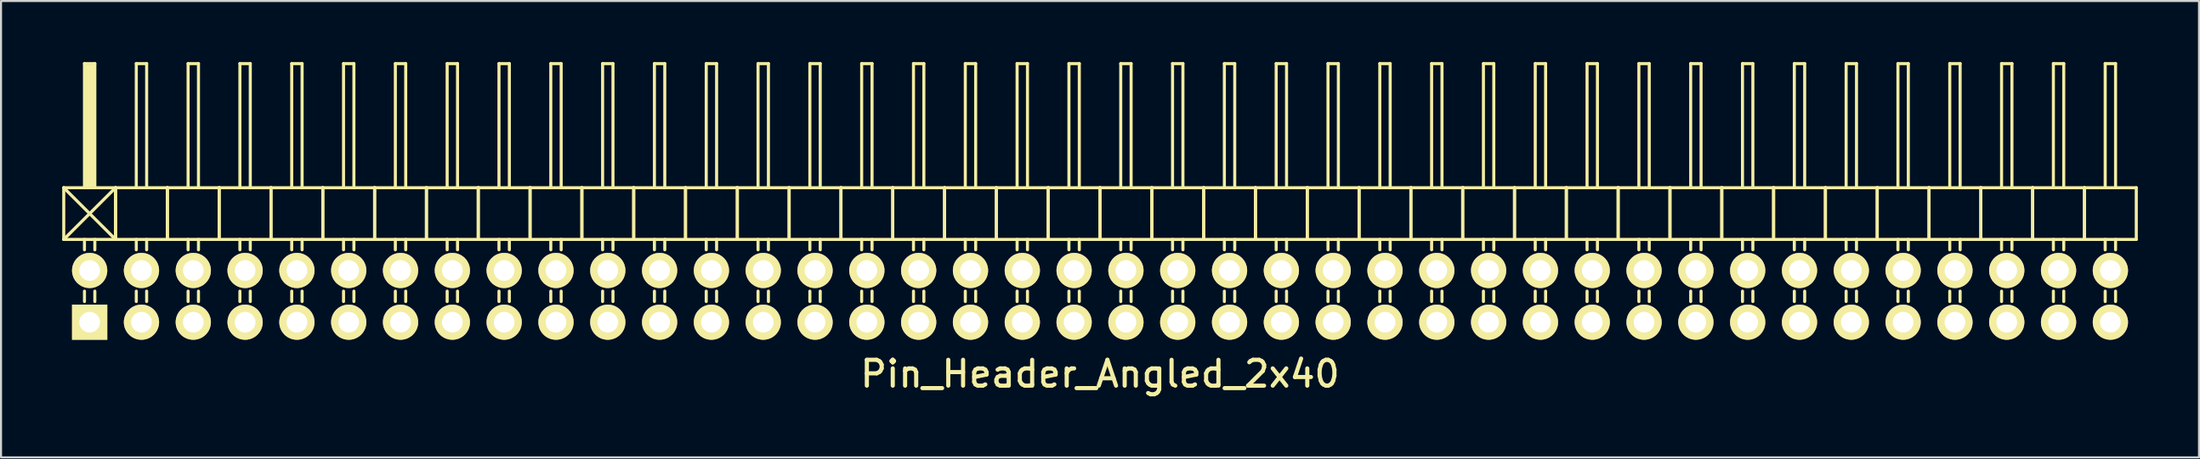
<source format=kicad_pcb>
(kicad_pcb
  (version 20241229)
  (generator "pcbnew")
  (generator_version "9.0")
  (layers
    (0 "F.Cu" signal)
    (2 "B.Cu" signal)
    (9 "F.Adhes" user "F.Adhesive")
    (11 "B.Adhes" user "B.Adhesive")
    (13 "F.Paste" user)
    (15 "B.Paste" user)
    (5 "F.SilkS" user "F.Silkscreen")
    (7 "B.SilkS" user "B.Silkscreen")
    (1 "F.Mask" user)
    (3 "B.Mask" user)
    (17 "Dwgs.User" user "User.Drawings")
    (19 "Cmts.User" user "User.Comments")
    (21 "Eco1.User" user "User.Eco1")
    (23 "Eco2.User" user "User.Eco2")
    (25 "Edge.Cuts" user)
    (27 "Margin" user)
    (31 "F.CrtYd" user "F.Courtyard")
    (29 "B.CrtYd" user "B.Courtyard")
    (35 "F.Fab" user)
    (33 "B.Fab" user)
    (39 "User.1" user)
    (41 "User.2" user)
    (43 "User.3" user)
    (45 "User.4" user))
  (footprint "Pin_Header_Angled_2x40"
    (layer "F.Cu")
    (at 50.875 11.505)
    (property "Reference" "Pin_Header_Angled_2x40" (at 0 3.81 0) (layer "F.SilkS") (effects (font (size 1.27 1.27) (thickness 0.203))))
    (attr through_hole)
    (fp_line (start -50.8 -5.334) (end -48.26 -2.794) (stroke (width 0.15) (type solid)) (layer "F.SilkS"))
    (fp_line (start -50.8 -2.794) (end -50.8 -5.334) (stroke (width 0.15) (type solid)) (layer "F.SilkS"))
    (fp_line (start -50.8 -2.794) (end -48.26 -5.334) (stroke (width 0.15) (type solid)) (layer "F.SilkS"))
    (fp_line (start -50.8 -2.794) (end -48.26 -2.794) (stroke (width 0.15) (type solid)) (layer "F.SilkS"))
    (fp_line (start -49.784 -11.43) (end -49.276 -11.43) (stroke (width 0.15) (type solid)) (layer "F.SilkS"))
    (fp_line (start -49.784 -5.334) (end -49.784 -11.43) (stroke (width 0.15) (type solid)) (layer "F.SilkS"))
    (fp_line (start -49.784 -2.794) (end -49.784 -2.286) (stroke (width 0.15) (type solid)) (layer "F.SilkS"))
    (fp_line (start -49.784 -0.254) (end -49.784 0.254) (stroke (width 0.15) (type solid)) (layer "F.SilkS"))
    (fp_line (start -49.657 -11.303) (end -49.403 -11.303) (stroke (width 0.15) (type solid)) (layer "F.SilkS"))
    (fp_line (start -49.657 -5.334) (end -49.657 -11.303) (stroke (width 0.15) (type solid)) (layer "F.SilkS"))
    (fp_line (start -49.53 -5.461) (end -49.53 -11.303) (stroke (width 0.15) (type solid)) (layer "F.SilkS"))
    (fp_line (start -49.403 -11.303) (end -49.403 -5.461) (stroke (width 0.15) (type solid)) (layer "F.SilkS"))
    (fp_line (start -49.403 -5.461) (end -49.53 -5.461) (stroke (width 0.15) (type solid)) (layer "F.SilkS"))
    (fp_line (start -49.276 -11.43) (end -49.276 -5.334) (stroke (width 0.15) (type solid)) (layer "F.SilkS"))
    (fp_line (start -49.276 -2.794) (end -49.276 -2.286) (stroke (width 0.15) (type solid)) (layer "F.SilkS"))
    (fp_line (start -49.276 -0.254) (end -49.276 0.254) (stroke (width 0.15) (type solid)) (layer "F.SilkS"))
    (fp_line (start -48.26 -5.334) (end -50.8 -5.334) (stroke (width 0.15) (type solid)) (layer "F.SilkS"))
    (fp_line (start -48.26 -2.794) (end -48.26 -5.334) (stroke (width 0.15) (type solid)) (layer "F.SilkS"))
    (fp_line (start -48.26 -2.794) (end -48.26 -5.334) (stroke (width 0.15) (type solid)) (layer "F.SilkS"))
    (fp_line (start -48.26 -2.794) (end -45.72 -2.794) (stroke (width 0.15) (type solid)) (layer "F.SilkS"))
    (fp_line (start -47.244 -11.43) (end -46.736 -11.43) (stroke (width 0.15) (type solid)) (layer "F.SilkS"))
    (fp_line (start -47.244 -5.334) (end -47.244 -11.43) (stroke (width 0.15) (type solid)) (layer "F.SilkS"))
    (fp_line (start -47.244 -2.794) (end -47.244 -2.286) (stroke (width 0.15) (type solid)) (layer "F.SilkS"))
    (fp_line (start -47.244 -0.254) (end -47.244 0.254) (stroke (width 0.15) (type solid)) (layer "F.SilkS"))
    (fp_line (start -46.736 -11.43) (end -46.736 -5.334) (stroke (width 0.15) (type solid)) (layer "F.SilkS"))
    (fp_line (start -46.736 -2.794) (end -46.736 -2.286) (stroke (width 0.15) (type solid)) (layer "F.SilkS"))
    (fp_line (start -46.736 -0.254) (end -46.736 0.254) (stroke (width 0.15) (type solid)) (layer "F.SilkS"))
    (fp_line (start -45.72 -5.334) (end -48.26 -5.334) (stroke (width 0.15) (type solid)) (layer "F.SilkS"))
    (fp_line (start -45.72 -2.794) (end -45.72 -5.334) (stroke (width 0.15) (type solid)) (layer "F.SilkS"))
    (fp_line (start -45.72 -2.794) (end -45.72 -5.334) (stroke (width 0.15) (type solid)) (layer "F.SilkS"))
    (fp_line (start -45.72 -2.794) (end -43.18 -2.794) (stroke (width 0.15) (type solid)) (layer "F.SilkS"))
    (fp_line (start -44.704 -11.43) (end -44.196 -11.43) (stroke (width 0.15) (type solid)) (layer "F.SilkS"))
    (fp_line (start -44.704 -5.334) (end -44.704 -11.43) (stroke (width 0.15) (type solid)) (layer "F.SilkS"))
    (fp_line (start -44.704 -2.794) (end -44.704 -2.286) (stroke (width 0.15) (type solid)) (layer "F.SilkS"))
    (fp_line (start -44.704 -0.254) (end -44.704 0.254) (stroke (width 0.15) (type solid)) (layer "F.SilkS"))
    (fp_line (start -44.196 -11.43) (end -44.196 -5.334) (stroke (width 0.15) (type solid)) (layer "F.SilkS"))
    (fp_line (start -44.196 -2.794) (end -44.196 -2.286) (stroke (width 0.15) (type solid)) (layer "F.SilkS"))
    (fp_line (start -44.196 -0.254) (end -44.196 0.254) (stroke (width 0.15) (type solid)) (layer "F.SilkS"))
    (fp_line (start -43.18 -5.334) (end -45.72 -5.334) (stroke (width 0.15) (type solid)) (layer "F.SilkS"))
    (fp_line (start -43.18 -2.794) (end -43.18 -5.334) (stroke (width 0.15) (type solid)) (layer "F.SilkS"))
    (fp_line (start -43.18 -2.794) (end -43.18 -5.334) (stroke (width 0.15) (type solid)) (layer "F.SilkS"))
    (fp_line (start -43.18 -2.794) (end -40.64 -2.794) (stroke (width 0.15) (type solid)) (layer "F.SilkS"))
    (fp_line (start -42.164 -11.43) (end -41.656 -11.43) (stroke (width 0.15) (type solid)) (layer "F.SilkS"))
    (fp_line (start -42.164 -5.334) (end -42.164 -11.43) (stroke (width 0.15) (type solid)) (layer "F.SilkS"))
    (fp_line (start -42.164 -2.794) (end -42.164 -2.286) (stroke (width 0.15) (type solid)) (layer "F.SilkS"))
    (fp_line (start -42.164 -0.254) (end -42.164 0.254) (stroke (width 0.15) (type solid)) (layer "F.SilkS"))
    (fp_line (start -41.656 -11.43) (end -41.656 -5.334) (stroke (width 0.15) (type solid)) (layer "F.SilkS"))
    (fp_line (start -41.656 -2.794) (end -41.656 -2.286) (stroke (width 0.15) (type solid)) (layer "F.SilkS"))
    (fp_line (start -41.656 -0.254) (end -41.656 0.254) (stroke (width 0.15) (type solid)) (layer "F.SilkS"))
    (fp_line (start -40.64 -5.334) (end -43.18 -5.334) (stroke (width 0.15) (type solid)) (layer "F.SilkS"))
    (fp_line (start -40.64 -2.794) (end -40.64 -5.334) (stroke (width 0.15) (type solid)) (layer "F.SilkS"))
    (fp_line (start -40.64 -2.794) (end -40.64 -5.334) (stroke (width 0.15) (type solid)) (layer "F.SilkS"))
    (fp_line (start -40.64 -2.794) (end -38.1 -2.794) (stroke (width 0.15) (type solid)) (layer "F.SilkS"))
    (fp_line (start -39.624 -11.43) (end -39.116 -11.43) (stroke (width 0.15) (type solid)) (layer "F.SilkS"))
    (fp_line (start -39.624 -5.334) (end -39.624 -11.43) (stroke (width 0.15) (type solid)) (layer "F.SilkS"))
    (fp_line (start -39.624 -2.794) (end -39.624 -2.286) (stroke (width 0.15) (type solid)) (layer "F.SilkS"))
    (fp_line (start -39.624 -0.254) (end -39.624 0.254) (stroke (width 0.15) (type solid)) (layer "F.SilkS"))
    (fp_line (start -39.116 -11.43) (end -39.116 -5.334) (stroke (width 0.15) (type solid)) (layer "F.SilkS"))
    (fp_line (start -39.116 -2.794) (end -39.116 -2.286) (stroke (width 0.15) (type solid)) (layer "F.SilkS"))
    (fp_line (start -39.116 -0.254) (end -39.116 0.254) (stroke (width 0.15) (type solid)) (layer "F.SilkS"))
    (fp_line (start -38.1 -5.334) (end -40.64 -5.334) (stroke (width 0.15) (type solid)) (layer "F.SilkS"))
    (fp_line (start -38.1 -2.794) (end -38.1 -5.334) (stroke (width 0.15) (type solid)) (layer "F.SilkS"))
    (fp_line (start -38.1 -2.794) (end -38.1 -5.334) (stroke (width 0.15) (type solid)) (layer "F.SilkS"))
    (fp_line (start -38.1 -2.794) (end -35.56 -2.794) (stroke (width 0.15) (type solid)) (layer "F.SilkS"))
    (fp_line (start -37.084 -11.43) (end -36.576 -11.43) (stroke (width 0.15) (type solid)) (layer "F.SilkS"))
    (fp_line (start -37.084 -5.334) (end -37.084 -11.43) (stroke (width 0.15) (type solid)) (layer "F.SilkS"))
    (fp_line (start -37.084 -2.794) (end -37.084 -2.286) (stroke (width 0.15) (type solid)) (layer "F.SilkS"))
    (fp_line (start -37.084 -0.254) (end -37.084 0.254) (stroke (width 0.15) (type solid)) (layer "F.SilkS"))
    (fp_line (start -36.576 -11.43) (end -36.576 -5.334) (stroke (width 0.15) (type solid)) (layer "F.SilkS"))
    (fp_line (start -36.576 -2.794) (end -36.576 -2.286) (stroke (width 0.15) (type solid)) (layer "F.SilkS"))
    (fp_line (start -36.576 -0.254) (end -36.576 0.254) (stroke (width 0.15) (type solid)) (layer "F.SilkS"))
    (fp_line (start -35.56 -5.334) (end -38.1 -5.334) (stroke (width 0.15) (type solid)) (layer "F.SilkS"))
    (fp_line (start -35.56 -2.794) (end -35.56 -5.334) (stroke (width 0.15) (type solid)) (layer "F.SilkS"))
    (fp_line (start -35.56 -2.794) (end -35.56 -5.334) (stroke (width 0.15) (type solid)) (layer "F.SilkS"))
    (fp_line (start -35.56 -2.794) (end -33.02 -2.794) (stroke (width 0.15) (type solid)) (layer "F.SilkS"))
    (fp_line (start -34.544 -11.43) (end -34.036 -11.43) (stroke (width 0.15) (type solid)) (layer "F.SilkS"))
    (fp_line (start -34.544 -5.334) (end -34.544 -11.43) (stroke (width 0.15) (type solid)) (layer "F.SilkS"))
    (fp_line (start -34.544 -2.794) (end -34.544 -2.286) (stroke (width 0.15) (type solid)) (layer "F.SilkS"))
    (fp_line (start -34.544 -0.254) (end -34.544 0.254) (stroke (width 0.15) (type solid)) (layer "F.SilkS"))
    (fp_line (start -34.036 -11.43) (end -34.036 -5.334) (stroke (width 0.15) (type solid)) (layer "F.SilkS"))
    (fp_line (start -34.036 -2.794) (end -34.036 -2.286) (stroke (width 0.15) (type solid)) (layer "F.SilkS"))
    (fp_line (start -34.036 -0.254) (end -34.036 0.254) (stroke (width 0.15) (type solid)) (layer "F.SilkS"))
    (fp_line (start -33.02 -5.334) (end -35.56 -5.334) (stroke (width 0.15) (type solid)) (layer "F.SilkS"))
    (fp_line (start -33.02 -2.794) (end -33.02 -5.334) (stroke (width 0.15) (type solid)) (layer "F.SilkS"))
    (fp_line (start -33.02 -2.794) (end -33.02 -5.334) (stroke (width 0.15) (type solid)) (layer "F.SilkS"))
    (fp_line (start -33.02 -2.794) (end -30.48 -2.794) (stroke (width 0.15) (type solid)) (layer "F.SilkS"))
    (fp_line (start -32.004 -11.43) (end -31.496 -11.43) (stroke (width 0.15) (type solid)) (layer "F.SilkS"))
    (fp_line (start -32.004 -5.334) (end -32.004 -11.43) (stroke (width 0.15) (type solid)) (layer "F.SilkS"))
    (fp_line (start -32.004 -2.794) (end -32.004 -2.286) (stroke (width 0.15) (type solid)) (layer "F.SilkS"))
    (fp_line (start -32.004 -0.254) (end -32.004 0.254) (stroke (width 0.15) (type solid)) (layer "F.SilkS"))
    (fp_line (start -31.496 -11.43) (end -31.496 -5.334) (stroke (width 0.15) (type solid)) (layer "F.SilkS"))
    (fp_line (start -31.496 -2.794) (end -31.496 -2.286) (stroke (width 0.15) (type solid)) (layer "F.SilkS"))
    (fp_line (start -31.496 -0.254) (end -31.496 0.254) (stroke (width 0.15) (type solid)) (layer "F.SilkS"))
    (fp_line (start -30.48 -5.334) (end -33.02 -5.334) (stroke (width 0.15) (type solid)) (layer "F.SilkS"))
    (fp_line (start -30.48 -2.794) (end -30.48 -5.334) (stroke (width 0.15) (type solid)) (layer "F.SilkS"))
    (fp_line (start -30.48 -2.794) (end -30.48 -5.334) (stroke (width 0.15) (type solid)) (layer "F.SilkS"))
    (fp_line (start -30.48 -2.794) (end -27.94 -2.794) (stroke (width 0.15) (type solid)) (layer "F.SilkS"))
    (fp_line (start -29.464 -11.43) (end -28.956 -11.43) (stroke (width 0.15) (type solid)) (layer "F.SilkS"))
    (fp_line (start -29.464 -5.334) (end -29.464 -11.43) (stroke (width 0.15) (type solid)) (layer "F.SilkS"))
    (fp_line (start -29.464 -2.794) (end -29.464 -2.286) (stroke (width 0.15) (type solid)) (layer "F.SilkS"))
    (fp_line (start -29.464 -0.254) (end -29.464 0.254) (stroke (width 0.15) (type solid)) (layer "F.SilkS"))
    (fp_line (start -28.956 -11.43) (end -28.956 -5.334) (stroke (width 0.15) (type solid)) (layer "F.SilkS"))
    (fp_line (start -28.956 -2.794) (end -28.956 -2.286) (stroke (width 0.15) (type solid)) (layer "F.SilkS"))
    (fp_line (start -28.956 -0.254) (end -28.956 0.254) (stroke (width 0.15) (type solid)) (layer "F.SilkS"))
    (fp_line (start -27.94 -5.334) (end -30.48 -5.334) (stroke (width 0.15) (type solid)) (layer "F.SilkS"))
    (fp_line (start -27.94 -2.794) (end -27.94 -5.334) (stroke (width 0.15) (type solid)) (layer "F.SilkS"))
    (fp_line (start -27.94 -2.794) (end -27.94 -5.334) (stroke (width 0.15) (type solid)) (layer "F.SilkS"))
    (fp_line (start -27.94 -2.794) (end -25.4 -2.794) (stroke (width 0.15) (type solid)) (layer "F.SilkS"))
    (fp_line (start -26.924 -11.43) (end -26.416 -11.43) (stroke (width 0.15) (type solid)) (layer "F.SilkS"))
    (fp_line (start -26.924 -5.334) (end -26.924 -11.43) (stroke (width 0.15) (type solid)) (layer "F.SilkS"))
    (fp_line (start -26.924 -2.794) (end -26.924 -2.286) (stroke (width 0.15) (type solid)) (layer "F.SilkS"))
    (fp_line (start -26.924 -0.254) (end -26.924 0.254) (stroke (width 0.15) (type solid)) (layer "F.SilkS"))
    (fp_line (start -26.416 -11.43) (end -26.416 -5.334) (stroke (width 0.15) (type solid)) (layer "F.SilkS"))
    (fp_line (start -26.416 -2.794) (end -26.416 -2.286) (stroke (width 0.15) (type solid)) (layer "F.SilkS"))
    (fp_line (start -26.416 -0.254) (end -26.416 0.254) (stroke (width 0.15) (type solid)) (layer "F.SilkS"))
    (fp_line (start -25.4 -5.334) (end -27.94 -5.334) (stroke (width 0.15) (type solid)) (layer "F.SilkS"))
    (fp_line (start -25.4 -2.794) (end -25.4 -5.334) (stroke (width 0.15) (type solid)) (layer "F.SilkS"))
    (fp_line (start -25.4 -2.794) (end -25.4 -5.334) (stroke (width 0.15) (type solid)) (layer "F.SilkS"))
    (fp_line (start -25.4 -2.794) (end -22.86 -2.794) (stroke (width 0.15) (type solid)) (layer "F.SilkS"))
    (fp_line (start -24.384 -11.43) (end -23.876 -11.43) (stroke (width 0.15) (type solid)) (layer "F.SilkS"))
    (fp_line (start -24.384 -5.334) (end -24.384 -11.43) (stroke (width 0.15) (type solid)) (layer "F.SilkS"))
    (fp_line (start -24.384 -2.794) (end -24.384 -2.286) (stroke (width 0.15) (type solid)) (layer "F.SilkS"))
    (fp_line (start -24.384 -0.254) (end -24.384 0.254) (stroke (width 0.15) (type solid)) (layer "F.SilkS"))
    (fp_line (start -23.876 -11.43) (end -23.876 -5.334) (stroke (width 0.15) (type solid)) (layer "F.SilkS"))
    (fp_line (start -23.876 -2.794) (end -23.876 -2.286) (stroke (width 0.15) (type solid)) (layer "F.SilkS"))
    (fp_line (start -23.876 -0.254) (end -23.876 0.254) (stroke (width 0.15) (type solid)) (layer "F.SilkS"))
    (fp_line (start -22.86 -5.334) (end -25.4 -5.334) (stroke (width 0.15) (type solid)) (layer "F.SilkS"))
    (fp_line (start -22.86 -2.794) (end -22.86 -5.334) (stroke (width 0.15) (type solid)) (layer "F.SilkS"))
    (fp_line (start -22.86 -2.794) (end -22.86 -5.334) (stroke (width 0.15) (type solid)) (layer "F.SilkS"))
    (fp_line (start -22.86 -2.794) (end -20.32 -2.794) (stroke (width 0.15) (type solid)) (layer "F.SilkS"))
    (fp_line (start -21.844 -11.43) (end -21.336 -11.43) (stroke (width 0.15) (type solid)) (layer "F.SilkS"))
    (fp_line (start -21.844 -5.334) (end -21.844 -11.43) (stroke (width 0.15) (type solid)) (layer "F.SilkS"))
    (fp_line (start -21.844 -2.794) (end -21.844 -2.286) (stroke (width 0.15) (type solid)) (layer "F.SilkS"))
    (fp_line (start -21.844 -0.254) (end -21.844 0.254) (stroke (width 0.15) (type solid)) (layer "F.SilkS"))
    (fp_line (start -21.336 -11.43) (end -21.336 -5.334) (stroke (width 0.15) (type solid)) (layer "F.SilkS"))
    (fp_line (start -21.336 -2.794) (end -21.336 -2.286) (stroke (width 0.15) (type solid)) (layer "F.SilkS"))
    (fp_line (start -21.336 -0.254) (end -21.336 0.254) (stroke (width 0.15) (type solid)) (layer "F.SilkS"))
    (fp_line (start -20.32 -5.334) (end -22.86 -5.334) (stroke (width 0.15) (type solid)) (layer "F.SilkS"))
    (fp_line (start -20.32 -2.794) (end -20.32 -5.334) (stroke (width 0.15) (type solid)) (layer "F.SilkS"))
    (fp_line (start -20.32 -2.794) (end -20.32 -5.334) (stroke (width 0.15) (type solid)) (layer "F.SilkS"))
    (fp_line (start -20.32 -2.794) (end -17.78 -2.794) (stroke (width 0.15) (type solid)) (layer "F.SilkS"))
    (fp_line (start -19.304 -11.43) (end -18.796 -11.43) (stroke (width 0.15) (type solid)) (layer "F.SilkS"))
    (fp_line (start -19.304 -5.334) (end -19.304 -11.43) (stroke (width 0.15) (type solid)) (layer "F.SilkS"))
    (fp_line (start -19.304 -2.794) (end -19.304 -2.286) (stroke (width 0.15) (type solid)) (layer "F.SilkS"))
    (fp_line (start -19.304 -0.254) (end -19.304 0.254) (stroke (width 0.15) (type solid)) (layer "F.SilkS"))
    (fp_line (start -18.796 -11.43) (end -18.796 -5.334) (stroke (width 0.15) (type solid)) (layer "F.SilkS"))
    (fp_line (start -18.796 -2.794) (end -18.796 -2.286) (stroke (width 0.15) (type solid)) (layer "F.SilkS"))
    (fp_line (start -18.796 -0.254) (end -18.796 0.254) (stroke (width 0.15) (type solid)) (layer "F.SilkS"))
    (fp_line (start -17.78 -5.334) (end -20.32 -5.334) (stroke (width 0.15) (type solid)) (layer "F.SilkS"))
    (fp_line (start -17.78 -2.794) (end -17.78 -5.334) (stroke (width 0.15) (type solid)) (layer "F.SilkS"))
    (fp_line (start -17.78 -2.794) (end -17.78 -5.334) (stroke (width 0.15) (type solid)) (layer "F.SilkS"))
    (fp_line (start -17.78 -2.794) (end -15.24 -2.794) (stroke (width 0.15) (type solid)) (layer "F.SilkS"))
    (fp_line (start -16.764 -11.43) (end -16.256 -11.43) (stroke (width 0.15) (type solid)) (layer "F.SilkS"))
    (fp_line (start -16.764 -5.334) (end -16.764 -11.43) (stroke (width 0.15) (type solid)) (layer "F.SilkS"))
    (fp_line (start -16.764 -2.794) (end -16.764 -2.286) (stroke (width 0.15) (type solid)) (layer "F.SilkS"))
    (fp_line (start -16.764 -0.254) (end -16.764 0.254) (stroke (width 0.15) (type solid)) (layer "F.SilkS"))
    (fp_line (start -16.256 -11.43) (end -16.256 -5.334) (stroke (width 0.15) (type solid)) (layer "F.SilkS"))
    (fp_line (start -16.256 -2.794) (end -16.256 -2.286) (stroke (width 0.15) (type solid)) (layer "F.SilkS"))
    (fp_line (start -16.256 -0.254) (end -16.256 0.254) (stroke (width 0.15) (type solid)) (layer "F.SilkS"))
    (fp_line (start -15.24 -5.334) (end -17.78 -5.334) (stroke (width 0.15) (type solid)) (layer "F.SilkS"))
    (fp_line (start -15.24 -2.794) (end -15.24 -5.334) (stroke (width 0.15) (type solid)) (layer "F.SilkS"))
    (fp_line (start -15.24 -2.794) (end -15.24 -5.334) (stroke (width 0.15) (type solid)) (layer "F.SilkS"))
    (fp_line (start -15.24 -2.794) (end -12.7 -2.794) (stroke (width 0.15) (type solid)) (layer "F.SilkS"))
    (fp_line (start -14.224 -11.43) (end -13.716 -11.43) (stroke (width 0.15) (type solid)) (layer "F.SilkS"))
    (fp_line (start -14.224 -5.334) (end -14.224 -11.43) (stroke (width 0.15) (type solid)) (layer "F.SilkS"))
    (fp_line (start -14.224 -2.794) (end -14.224 -2.286) (stroke (width 0.15) (type solid)) (layer "F.SilkS"))
    (fp_line (start -14.224 -0.254) (end -14.224 0.254) (stroke (width 0.15) (type solid)) (layer "F.SilkS"))
    (fp_line (start -13.716 -11.43) (end -13.716 -5.334) (stroke (width 0.15) (type solid)) (layer "F.SilkS"))
    (fp_line (start -13.716 -2.794) (end -13.716 -2.286) (stroke (width 0.15) (type solid)) (layer "F.SilkS"))
    (fp_line (start -13.716 -0.254) (end -13.716 0.254) (stroke (width 0.15) (type solid)) (layer "F.SilkS"))
    (fp_line (start -12.7 -5.334) (end -15.24 -5.334) (stroke (width 0.15) (type solid)) (layer "F.SilkS"))
    (fp_line (start -12.7 -2.794) (end -12.7 -5.334) (stroke (width 0.15) (type solid)) (layer "F.SilkS"))
    (fp_line (start -12.7 -2.794) (end -12.7 -5.334) (stroke (width 0.15) (type solid)) (layer "F.SilkS"))
    (fp_line (start -12.7 -2.794) (end -10.16 -2.794) (stroke (width 0.15) (type solid)) (layer "F.SilkS"))
    (fp_line (start -11.684 -11.43) (end -11.176 -11.43) (stroke (width 0.15) (type solid)) (layer "F.SilkS"))
    (fp_line (start -11.684 -5.334) (end -11.684 -11.43) (stroke (width 0.15) (type solid)) (layer "F.SilkS"))
    (fp_line (start -11.684 -2.794) (end -11.684 -2.286) (stroke (width 0.15) (type solid)) (layer "F.SilkS"))
    (fp_line (start -11.684 -0.254) (end -11.684 0.254) (stroke (width 0.15) (type solid)) (layer "F.SilkS"))
    (fp_line (start -11.176 -11.43) (end -11.176 -5.334) (stroke (width 0.15) (type solid)) (layer "F.SilkS"))
    (fp_line (start -11.176 -2.794) (end -11.176 -2.286) (stroke (width 0.15) (type solid)) (layer "F.SilkS"))
    (fp_line (start -11.176 -0.254) (end -11.176 0.254) (stroke (width 0.15) (type solid)) (layer "F.SilkS"))
    (fp_line (start -10.16 -5.334) (end -12.7 -5.334) (stroke (width 0.15) (type solid)) (layer "F.SilkS"))
    (fp_line (start -10.16 -2.794) (end -10.16 -5.334) (stroke (width 0.15) (type solid)) (layer "F.SilkS"))
    (fp_line (start -10.16 -2.794) (end -10.16 -5.334) (stroke (width 0.15) (type solid)) (layer "F.SilkS"))
    (fp_line (start -10.16 -2.794) (end -7.62 -2.794) (stroke (width 0.15) (type solid)) (layer "F.SilkS"))
    (fp_line (start -9.144 -11.43) (end -8.636 -11.43) (stroke (width 0.15) (type solid)) (layer "F.SilkS"))
    (fp_line (start -9.144 -5.334) (end -9.144 -11.43) (stroke (width 0.15) (type solid)) (layer "F.SilkS"))
    (fp_line (start -9.144 -2.794) (end -9.144 -2.286) (stroke (width 0.15) (type solid)) (layer "F.SilkS"))
    (fp_line (start -9.144 -0.254) (end -9.144 0.254) (stroke (width 0.15) (type solid)) (layer "F.SilkS"))
    (fp_line (start -8.636 -11.43) (end -8.636 -5.334) (stroke (width 0.15) (type solid)) (layer "F.SilkS"))
    (fp_line (start -8.636 -2.794) (end -8.636 -2.286) (stroke (width 0.15) (type solid)) (layer "F.SilkS"))
    (fp_line (start -8.636 -0.254) (end -8.636 0.254) (stroke (width 0.15) (type solid)) (layer "F.SilkS"))
    (fp_line (start -7.62 -5.334) (end -10.16 -5.334) (stroke (width 0.15) (type solid)) (layer "F.SilkS"))
    (fp_line (start -7.62 -2.794) (end -7.62 -5.334) (stroke (width 0.15) (type solid)) (layer "F.SilkS"))
    (fp_line (start -7.62 -2.794) (end -7.62 -5.334) (stroke (width 0.15) (type solid)) (layer "F.SilkS"))
    (fp_line (start -7.62 -2.794) (end -5.08 -2.794) (stroke (width 0.15) (type solid)) (layer "F.SilkS"))
    (fp_line (start -6.604 -11.43) (end -6.096 -11.43) (stroke (width 0.15) (type solid)) (layer "F.SilkS"))
    (fp_line (start -6.604 -5.334) (end -6.604 -11.43) (stroke (width 0.15) (type solid)) (layer "F.SilkS"))
    (fp_line (start -6.604 -2.794) (end -6.604 -2.286) (stroke (width 0.15) (type solid)) (layer "F.SilkS"))
    (fp_line (start -6.604 -0.254) (end -6.604 0.254) (stroke (width 0.15) (type solid)) (layer "F.SilkS"))
    (fp_line (start -6.096 -11.43) (end -6.096 -5.334) (stroke (width 0.15) (type solid)) (layer "F.SilkS"))
    (fp_line (start -6.096 -2.794) (end -6.096 -2.286) (stroke (width 0.15) (type solid)) (layer "F.SilkS"))
    (fp_line (start -6.096 -0.254) (end -6.096 0.254) (stroke (width 0.15) (type solid)) (layer "F.SilkS"))
    (fp_line (start -5.08 -5.334) (end -7.62 -5.334) (stroke (width 0.15) (type solid)) (layer "F.SilkS"))
    (fp_line (start -5.08 -2.794) (end -5.08 -5.334) (stroke (width 0.15) (type solid)) (layer "F.SilkS"))
    (fp_line (start -5.08 -2.794) (end -5.08 -5.334) (stroke (width 0.15) (type solid)) (layer "F.SilkS"))
    (fp_line (start -5.08 -2.794) (end -2.54 -2.794) (stroke (width 0.15) (type solid)) (layer "F.SilkS"))
    (fp_line (start -4.064 -11.43) (end -3.556 -11.43) (stroke (width 0.15) (type solid)) (layer "F.SilkS"))
    (fp_line (start -4.064 -5.334) (end -4.064 -11.43) (stroke (width 0.15) (type solid)) (layer "F.SilkS"))
    (fp_line (start -4.064 -2.794) (end -4.064 -2.286) (stroke (width 0.15) (type solid)) (layer "F.SilkS"))
    (fp_line (start -4.064 -0.254) (end -4.064 0.254) (stroke (width 0.15) (type solid)) (layer "F.SilkS"))
    (fp_line (start -3.556 -11.43) (end -3.556 -5.334) (stroke (width 0.15) (type solid)) (layer "F.SilkS"))
    (fp_line (start -3.556 -2.794) (end -3.556 -2.286) (stroke (width 0.15) (type solid)) (layer "F.SilkS"))
    (fp_line (start -3.556 -0.254) (end -3.556 0.254) (stroke (width 0.15) (type solid)) (layer "F.SilkS"))
    (fp_line (start -2.54 -5.334) (end -5.08 -5.334) (stroke (width 0.15) (type solid)) (layer "F.SilkS"))
    (fp_line (start -2.54 -2.794) (end -2.54 -5.334) (stroke (width 0.15) (type solid)) (layer "F.SilkS"))
    (fp_line (start -2.54 -2.794) (end -2.54 -5.334) (stroke (width 0.15) (type solid)) (layer "F.SilkS"))
    (fp_line (start -2.54 -2.794) (end 0 -2.794) (stroke (width 0.15) (type solid)) (layer "F.SilkS"))
    (fp_line (start -1.524 -11.43) (end -1.016 -11.43) (stroke (width 0.15) (type solid)) (layer "F.SilkS"))
    (fp_line (start -1.524 -5.334) (end -1.524 -11.43) (stroke (width 0.15) (type solid)) (layer "F.SilkS"))
    (fp_line (start -1.524 -2.794) (end -1.524 -2.286) (stroke (width 0.15) (type solid)) (layer "F.SilkS"))
    (fp_line (start -1.524 -0.254) (end -1.524 0.254) (stroke (width 0.15) (type solid)) (layer "F.SilkS"))
    (fp_line (start -1.016 -11.43) (end -1.016 -5.334) (stroke (width 0.15) (type solid)) (layer "F.SilkS"))
    (fp_line (start -1.016 -2.794) (end -1.016 -2.286) (stroke (width 0.15) (type solid)) (layer "F.SilkS"))
    (fp_line (start -1.016 -0.254) (end -1.016 0.254) (stroke (width 0.15) (type solid)) (layer "F.SilkS"))
    (fp_line (start 0 -5.334) (end -2.54 -5.334) (stroke (width 0.15) (type solid)) (layer "F.SilkS"))
    (fp_line (start 0 -2.794) (end 0 -5.334) (stroke (width 0.15) (type solid)) (layer "F.SilkS"))
    (fp_line (start 0 -2.794) (end 0 -5.334) (stroke (width 0.15) (type solid)) (layer "F.SilkS"))
    (fp_line (start 0 -2.794) (end 2.54 -2.794) (stroke (width 0.15) (type solid)) (layer "F.SilkS"))
    (fp_line (start 1.016 -11.43) (end 1.524 -11.43) (stroke (width 0.15) (type solid)) (layer "F.SilkS"))
    (fp_line (start 1.016 -5.334) (end 1.016 -11.43) (stroke (width 0.15) (type solid)) (layer "F.SilkS"))
    (fp_line (start 1.016 -2.794) (end 1.016 -2.286) (stroke (width 0.15) (type solid)) (layer "F.SilkS"))
    (fp_line (start 1.016 -0.254) (end 1.016 0.254) (stroke (width 0.15) (type solid)) (layer "F.SilkS"))
    (fp_line (start 1.524 -11.43) (end 1.524 -5.334) (stroke (width 0.15) (type solid)) (layer "F.SilkS"))
    (fp_line (start 1.524 -2.794) (end 1.524 -2.286) (stroke (width 0.15) (type solid)) (layer "F.SilkS"))
    (fp_line (start 1.524 -0.254) (end 1.524 0.254) (stroke (width 0.15) (type solid)) (layer "F.SilkS"))
    (fp_line (start 2.54 -5.334) (end 0 -5.334) (stroke (width 0.15) (type solid)) (layer "F.SilkS"))
    (fp_line (start 2.54 -2.794) (end 2.54 -5.334) (stroke (width 0.15) (type solid)) (layer "F.SilkS"))
    (fp_line (start 2.54 -2.794) (end 2.54 -5.334) (stroke (width 0.15) (type solid)) (layer "F.SilkS"))
    (fp_line (start 2.54 -2.794) (end 5.08 -2.794) (stroke (width 0.15) (type solid)) (layer "F.SilkS"))
    (fp_line (start 3.556 -11.43) (end 4.064 -11.43) (stroke (width 0.15) (type solid)) (layer "F.SilkS"))
    (fp_line (start 3.556 -5.334) (end 3.556 -11.43) (stroke (width 0.15) (type solid)) (layer "F.SilkS"))
    (fp_line (start 3.556 -2.794) (end 3.556 -2.286) (stroke (width 0.15) (type solid)) (layer "F.SilkS"))
    (fp_line (start 3.556 -0.254) (end 3.556 0.254) (stroke (width 0.15) (type solid)) (layer "F.SilkS"))
    (fp_line (start 4.064 -11.43) (end 4.064 -5.334) (stroke (width 0.15) (type solid)) (layer "F.SilkS"))
    (fp_line (start 4.064 -2.794) (end 4.064 -2.286) (stroke (width 0.15) (type solid)) (layer "F.SilkS"))
    (fp_line (start 4.064 -0.254) (end 4.064 0.254) (stroke (width 0.15) (type solid)) (layer "F.SilkS"))
    (fp_line (start 5.08 -5.334) (end 2.54 -5.334) (stroke (width 0.15) (type solid)) (layer "F.SilkS"))
    (fp_line (start 5.08 -2.794) (end 5.08 -5.334) (stroke (width 0.15) (type solid)) (layer "F.SilkS"))
    (fp_line (start 5.08 -2.794) (end 5.08 -5.334) (stroke (width 0.15) (type solid)) (layer "F.SilkS"))
    (fp_line (start 5.08 -2.794) (end 7.62 -2.794) (stroke (width 0.15) (type solid)) (layer "F.SilkS"))
    (fp_line (start 6.096 -11.43) (end 6.604 -11.43) (stroke (width 0.15) (type solid)) (layer "F.SilkS"))
    (fp_line (start 6.096 -5.334) (end 6.096 -11.43) (stroke (width 0.15) (type solid)) (layer "F.SilkS"))
    (fp_line (start 6.096 -2.794) (end 6.096 -2.286) (stroke (width 0.15) (type solid)) (layer "F.SilkS"))
    (fp_line (start 6.096 -0.254) (end 6.096 0.254) (stroke (width 0.15) (type solid)) (layer "F.SilkS"))
    (fp_line (start 6.604 -11.43) (end 6.604 -5.334) (stroke (width 0.15) (type solid)) (layer "F.SilkS"))
    (fp_line (start 6.604 -2.794) (end 6.604 -2.286) (stroke (width 0.15) (type solid)) (layer "F.SilkS"))
    (fp_line (start 6.604 -0.254) (end 6.604 0.254) (stroke (width 0.15) (type solid)) (layer "F.SilkS"))
    (fp_line (start 7.62 -5.334) (end 5.08 -5.334) (stroke (width 0.15) (type solid)) (layer "F.SilkS"))
    (fp_line (start 7.62 -2.794) (end 7.62 -5.334) (stroke (width 0.15) (type solid)) (layer "F.SilkS"))
    (fp_line (start 7.62 -2.794) (end 7.62 -5.334) (stroke (width 0.15) (type solid)) (layer "F.SilkS"))
    (fp_line (start 7.62 -2.794) (end 10.16 -2.794) (stroke (width 0.15) (type solid)) (layer "F.SilkS"))
    (fp_line (start 8.636 -11.43) (end 9.144 -11.43) (stroke (width 0.15) (type solid)) (layer "F.SilkS"))
    (fp_line (start 8.636 -5.334) (end 8.636 -11.43) (stroke (width 0.15) (type solid)) (layer "F.SilkS"))
    (fp_line (start 8.636 -2.794) (end 8.636 -2.286) (stroke (width 0.15) (type solid)) (layer "F.SilkS"))
    (fp_line (start 8.636 -0.254) (end 8.636 0.254) (stroke (width 0.15) (type solid)) (layer "F.SilkS"))
    (fp_line (start 9.144 -11.43) (end 9.144 -5.334) (stroke (width 0.15) (type solid)) (layer "F.SilkS"))
    (fp_line (start 9.144 -2.794) (end 9.144 -2.286) (stroke (width 0.15) (type solid)) (layer "F.SilkS"))
    (fp_line (start 9.144 -0.254) (end 9.144 0.254) (stroke (width 0.15) (type solid)) (layer "F.SilkS"))
    (fp_line (start 10.16 -5.334) (end 7.62 -5.334) (stroke (width 0.15) (type solid)) (layer "F.SilkS"))
    (fp_line (start 10.16 -2.794) (end 10.16 -5.334) (stroke (width 0.15) (type solid)) (layer "F.SilkS"))
    (fp_line (start 10.16 -2.794) (end 10.16 -5.334) (stroke (width 0.15) (type solid)) (layer "F.SilkS"))
    (fp_line (start 10.16 -2.794) (end 12.7 -2.794) (stroke (width 0.15) (type solid)) (layer "F.SilkS"))
    (fp_line (start 11.176 -11.43) (end 11.684 -11.43) (stroke (width 0.15) (type solid)) (layer "F.SilkS"))
    (fp_line (start 11.176 -5.334) (end 11.176 -11.43) (stroke (width 0.15) (type solid)) (layer "F.SilkS"))
    (fp_line (start 11.176 -2.794) (end 11.176 -2.286) (stroke (width 0.15) (type solid)) (layer "F.SilkS"))
    (fp_line (start 11.176 -0.254) (end 11.176 0.254) (stroke (width 0.15) (type solid)) (layer "F.SilkS"))
    (fp_line (start 11.684 -11.43) (end 11.684 -5.334) (stroke (width 0.15) (type solid)) (layer "F.SilkS"))
    (fp_line (start 11.684 -2.794) (end 11.684 -2.286) (stroke (width 0.15) (type solid)) (layer "F.SilkS"))
    (fp_line (start 11.684 -0.254) (end 11.684 0.254) (stroke (width 0.15) (type solid)) (layer "F.SilkS"))
    (fp_line (start 12.7 -5.334) (end 10.16 -5.334) (stroke (width 0.15) (type solid)) (layer "F.SilkS"))
    (fp_line (start 12.7 -2.794) (end 12.7 -5.334) (stroke (width 0.15) (type solid)) (layer "F.SilkS"))
    (fp_line (start 12.7 -2.794) (end 12.7 -5.334) (stroke (width 0.15) (type solid)) (layer "F.SilkS"))
    (fp_line (start 12.7 -2.794) (end 15.24 -2.794) (stroke (width 0.15) (type solid)) (layer "F.SilkS"))
    (fp_line (start 13.716 -11.43) (end 14.224 -11.43) (stroke (width 0.15) (type solid)) (layer "F.SilkS"))
    (fp_line (start 13.716 -5.334) (end 13.716 -11.43) (stroke (width 0.15) (type solid)) (layer "F.SilkS"))
    (fp_line (start 13.716 -2.794) (end 13.716 -2.286) (stroke (width 0.15) (type solid)) (layer "F.SilkS"))
    (fp_line (start 13.716 -0.254) (end 13.716 0.254) (stroke (width 0.15) (type solid)) (layer "F.SilkS"))
    (fp_line (start 14.224 -11.43) (end 14.224 -5.334) (stroke (width 0.15) (type solid)) (layer "F.SilkS"))
    (fp_line (start 14.224 -2.794) (end 14.224 -2.286) (stroke (width 0.15) (type solid)) (layer "F.SilkS"))
    (fp_line (start 14.224 -0.254) (end 14.224 0.254) (stroke (width 0.15) (type solid)) (layer "F.SilkS"))
    (fp_line (start 15.24 -5.334) (end 12.7 -5.334) (stroke (width 0.15) (type solid)) (layer "F.SilkS"))
    (fp_line (start 15.24 -2.794) (end 15.24 -5.334) (stroke (width 0.15) (type solid)) (layer "F.SilkS"))
    (fp_line (start 15.24 -2.794) (end 15.24 -5.334) (stroke (width 0.15) (type solid)) (layer "F.SilkS"))
    (fp_line (start 15.24 -2.794) (end 17.78 -2.794) (stroke (width 0.15) (type solid)) (layer "F.SilkS"))
    (fp_line (start 16.256 -11.43) (end 16.764 -11.43) (stroke (width 0.15) (type solid)) (layer "F.SilkS"))
    (fp_line (start 16.256 -5.334) (end 16.256 -11.43) (stroke (width 0.15) (type solid)) (layer "F.SilkS"))
    (fp_line (start 16.256 -2.794) (end 16.256 -2.286) (stroke (width 0.15) (type solid)) (layer "F.SilkS"))
    (fp_line (start 16.256 -0.254) (end 16.256 0.254) (stroke (width 0.15) (type solid)) (layer "F.SilkS"))
    (fp_line (start 16.764 -11.43) (end 16.764 -5.334) (stroke (width 0.15) (type solid)) (layer "F.SilkS"))
    (fp_line (start 16.764 -2.794) (end 16.764 -2.286) (stroke (width 0.15) (type solid)) (layer "F.SilkS"))
    (fp_line (start 16.764 -0.254) (end 16.764 0.254) (stroke (width 0.15) (type solid)) (layer "F.SilkS"))
    (fp_line (start 17.78 -5.334) (end 15.24 -5.334) (stroke (width 0.15) (type solid)) (layer "F.SilkS"))
    (fp_line (start 17.78 -2.794) (end 17.78 -5.334) (stroke (width 0.15) (type solid)) (layer "F.SilkS"))
    (fp_line (start 17.78 -2.794) (end 17.78 -5.334) (stroke (width 0.15) (type solid)) (layer "F.SilkS"))
    (fp_line (start 17.78 -2.794) (end 20.32 -2.794) (stroke (width 0.15) (type solid)) (layer "F.SilkS"))
    (fp_line (start 18.796 -11.43) (end 19.304 -11.43) (stroke (width 0.15) (type solid)) (layer "F.SilkS"))
    (fp_line (start 18.796 -5.334) (end 18.796 -11.43) (stroke (width 0.15) (type solid)) (layer "F.SilkS"))
    (fp_line (start 18.796 -2.794) (end 18.796 -2.286) (stroke (width 0.15) (type solid)) (layer "F.SilkS"))
    (fp_line (start 18.796 -0.254) (end 18.796 0.254) (stroke (width 0.15) (type solid)) (layer "F.SilkS"))
    (fp_line (start 19.304 -11.43) (end 19.304 -5.334) (stroke (width 0.15) (type solid)) (layer "F.SilkS"))
    (fp_line (start 19.304 -2.794) (end 19.304 -2.286) (stroke (width 0.15) (type solid)) (layer "F.SilkS"))
    (fp_line (start 19.304 -0.254) (end 19.304 0.254) (stroke (width 0.15) (type solid)) (layer "F.SilkS"))
    (fp_line (start 20.32 -5.334) (end 17.78 -5.334) (stroke (width 0.15) (type solid)) (layer "F.SilkS"))
    (fp_line (start 20.32 -2.794) (end 20.32 -5.334) (stroke (width 0.15) (type solid)) (layer "F.SilkS"))
    (fp_line (start 20.32 -2.794) (end 20.32 -5.334) (stroke (width 0.15) (type solid)) (layer "F.SilkS"))
    (fp_line (start 20.32 -2.794) (end 22.86 -2.794) (stroke (width 0.15) (type solid)) (layer "F.SilkS"))
    (fp_line (start 21.336 -11.43) (end 21.844 -11.43) (stroke (width 0.15) (type solid)) (layer "F.SilkS"))
    (fp_line (start 21.336 -5.334) (end 21.336 -11.43) (stroke (width 0.15) (type solid)) (layer "F.SilkS"))
    (fp_line (start 21.336 -2.794) (end 21.336 -2.286) (stroke (width 0.15) (type solid)) (layer "F.SilkS"))
    (fp_line (start 21.336 -0.254) (end 21.336 0.254) (stroke (width 0.15) (type solid)) (layer "F.SilkS"))
    (fp_line (start 21.844 -11.43) (end 21.844 -5.334) (stroke (width 0.15) (type solid)) (layer "F.SilkS"))
    (fp_line (start 21.844 -2.794) (end 21.844 -2.286) (stroke (width 0.15) (type solid)) (layer "F.SilkS"))
    (fp_line (start 21.844 -0.254) (end 21.844 0.254) (stroke (width 0.15) (type solid)) (layer "F.SilkS"))
    (fp_line (start 22.86 -5.334) (end 20.32 -5.334) (stroke (width 0.15) (type solid)) (layer "F.SilkS"))
    (fp_line (start 22.86 -2.794) (end 22.86 -5.334) (stroke (width 0.15) (type solid)) (layer "F.SilkS"))
    (fp_line (start 22.86 -2.794) (end 22.86 -5.334) (stroke (width 0.15) (type solid)) (layer "F.SilkS"))
    (fp_line (start 22.86 -2.794) (end 25.4 -2.794) (stroke (width 0.15) (type solid)) (layer "F.SilkS"))
    (fp_line (start 23.876 -11.43) (end 24.384 -11.43) (stroke (width 0.15) (type solid)) (layer "F.SilkS"))
    (fp_line (start 23.876 -5.334) (end 23.876 -11.43) (stroke (width 0.15) (type solid)) (layer "F.SilkS"))
    (fp_line (start 23.876 -2.794) (end 23.876 -2.286) (stroke (width 0.15) (type solid)) (layer "F.SilkS"))
    (fp_line (start 23.876 -0.254) (end 23.876 0.254) (stroke (width 0.15) (type solid)) (layer "F.SilkS"))
    (fp_line (start 24.384 -11.43) (end 24.384 -5.334) (stroke (width 0.15) (type solid)) (layer "F.SilkS"))
    (fp_line (start 24.384 -2.794) (end 24.384 -2.286) (stroke (width 0.15) (type solid)) (layer "F.SilkS"))
    (fp_line (start 24.384 -0.254) (end 24.384 0.254) (stroke (width 0.15) (type solid)) (layer "F.SilkS"))
    (fp_line (start 25.4 -5.334) (end 22.86 -5.334) (stroke (width 0.15) (type solid)) (layer "F.SilkS"))
    (fp_line (start 25.4 -2.794) (end 25.4 -5.334) (stroke (width 0.15) (type solid)) (layer "F.SilkS"))
    (fp_line (start 25.4 -2.794) (end 25.4 -5.334) (stroke (width 0.15) (type solid)) (layer "F.SilkS"))
    (fp_line (start 25.4 -2.794) (end 27.94 -2.794) (stroke (width 0.15) (type solid)) (layer "F.SilkS"))
    (fp_line (start 26.416 -11.43) (end 26.924 -11.43) (stroke (width 0.15) (type solid)) (layer "F.SilkS"))
    (fp_line (start 26.416 -5.334) (end 26.416 -11.43) (stroke (width 0.15) (type solid)) (layer "F.SilkS"))
    (fp_line (start 26.416 -2.794) (end 26.416 -2.286) (stroke (width 0.15) (type solid)) (layer "F.SilkS"))
    (fp_line (start 26.416 -0.254) (end 26.416 0.254) (stroke (width 0.15) (type solid)) (layer "F.SilkS"))
    (fp_line (start 26.924 -11.43) (end 26.924 -5.334) (stroke (width 0.15) (type solid)) (layer "F.SilkS"))
    (fp_line (start 26.924 -2.794) (end 26.924 -2.286) (stroke (width 0.15) (type solid)) (layer "F.SilkS"))
    (fp_line (start 26.924 -0.254) (end 26.924 0.254) (stroke (width 0.15) (type solid)) (layer "F.SilkS"))
    (fp_line (start 27.94 -5.334) (end 25.4 -5.334) (stroke (width 0.15) (type solid)) (layer "F.SilkS"))
    (fp_line (start 27.94 -2.794) (end 27.94 -5.334) (stroke (width 0.15) (type solid)) (layer "F.SilkS"))
    (fp_line (start 27.94 -2.794) (end 27.94 -5.334) (stroke (width 0.15) (type solid)) (layer "F.SilkS"))
    (fp_line (start 27.94 -2.794) (end 30.48 -2.794) (stroke (width 0.15) (type solid)) (layer "F.SilkS"))
    (fp_line (start 28.956 -11.43) (end 29.464 -11.43) (stroke (width 0.15) (type solid)) (layer "F.SilkS"))
    (fp_line (start 28.956 -5.334) (end 28.956 -11.43) (stroke (width 0.15) (type solid)) (layer "F.SilkS"))
    (fp_line (start 28.956 -2.794) (end 28.956 -2.286) (stroke (width 0.15) (type solid)) (layer "F.SilkS"))
    (fp_line (start 28.956 -0.254) (end 28.956 0.254) (stroke (width 0.15) (type solid)) (layer "F.SilkS"))
    (fp_line (start 29.464 -11.43) (end 29.464 -5.334) (stroke (width 0.15) (type solid)) (layer "F.SilkS"))
    (fp_line (start 29.464 -2.794) (end 29.464 -2.286) (stroke (width 0.15) (type solid)) (layer "F.SilkS"))
    (fp_line (start 29.464 -0.254) (end 29.464 0.254) (stroke (width 0.15) (type solid)) (layer "F.SilkS"))
    (fp_line (start 30.48 -5.334) (end 27.94 -5.334) (stroke (width 0.15) (type solid)) (layer "F.SilkS"))
    (fp_line (start 30.48 -2.794) (end 30.48 -5.334) (stroke (width 0.15) (type solid)) (layer "F.SilkS"))
    (fp_line (start 30.48 -2.794) (end 30.48 -5.334) (stroke (width 0.15) (type solid)) (layer "F.SilkS"))
    (fp_line (start 30.48 -2.794) (end 33.02 -2.794) (stroke (width 0.15) (type solid)) (layer "F.SilkS"))
    (fp_line (start 31.496 -11.43) (end 32.004 -11.43) (stroke (width 0.15) (type solid)) (layer "F.SilkS"))
    (fp_line (start 31.496 -5.334) (end 31.496 -11.43) (stroke (width 0.15) (type solid)) (layer "F.SilkS"))
    (fp_line (start 31.496 -2.794) (end 31.496 -2.286) (stroke (width 0.15) (type solid)) (layer "F.SilkS"))
    (fp_line (start 31.496 -0.254) (end 31.496 0.254) (stroke (width 0.15) (type solid)) (layer "F.SilkS"))
    (fp_line (start 32.004 -11.43) (end 32.004 -5.334) (stroke (width 0.15) (type solid)) (layer "F.SilkS"))
    (fp_line (start 32.004 -2.794) (end 32.004 -2.286) (stroke (width 0.15) (type solid)) (layer "F.SilkS"))
    (fp_line (start 32.004 -0.254) (end 32.004 0.254) (stroke (width 0.15) (type solid)) (layer "F.SilkS"))
    (fp_line (start 33.02 -5.334) (end 30.48 -5.334) (stroke (width 0.15) (type solid)) (layer "F.SilkS"))
    (fp_line (start 33.02 -2.794) (end 33.02 -5.334) (stroke (width 0.15) (type solid)) (layer "F.SilkS"))
    (fp_line (start 33.02 -2.794) (end 33.02 -5.334) (stroke (width 0.15) (type solid)) (layer "F.SilkS"))
    (fp_line (start 33.02 -2.794) (end 35.56 -2.794) (stroke (width 0.15) (type solid)) (layer "F.SilkS"))
    (fp_line (start 34.036 -11.43) (end 34.544 -11.43) (stroke (width 0.15) (type solid)) (layer "F.SilkS"))
    (fp_line (start 34.036 -5.334) (end 34.036 -11.43) (stroke (width 0.15) (type solid)) (layer "F.SilkS"))
    (fp_line (start 34.036 -2.794) (end 34.036 -2.286) (stroke (width 0.15) (type solid)) (layer "F.SilkS"))
    (fp_line (start 34.036 -0.254) (end 34.036 0.254) (stroke (width 0.15) (type solid)) (layer "F.SilkS"))
    (fp_line (start 34.544 -11.43) (end 34.544 -5.334) (stroke (width 0.15) (type solid)) (layer "F.SilkS"))
    (fp_line (start 34.544 -2.794) (end 34.544 -2.286) (stroke (width 0.15) (type solid)) (layer "F.SilkS"))
    (fp_line (start 34.544 -0.254) (end 34.544 0.254) (stroke (width 0.15) (type solid)) (layer "F.SilkS"))
    (fp_line (start 35.56 -5.334) (end 33.02 -5.334) (stroke (width 0.15) (type solid)) (layer "F.SilkS"))
    (fp_line (start 35.56 -2.794) (end 35.56 -5.334) (stroke (width 0.15) (type solid)) (layer "F.SilkS"))
    (fp_line (start 35.56 -2.794) (end 35.56 -5.334) (stroke (width 0.15) (type solid)) (layer "F.SilkS"))
    (fp_line (start 35.56 -2.794) (end 38.1 -2.794) (stroke (width 0.15) (type solid)) (layer "F.SilkS"))
    (fp_line (start 36.576 -11.43) (end 37.084 -11.43) (stroke (width 0.15) (type solid)) (layer "F.SilkS"))
    (fp_line (start 36.576 -5.334) (end 36.576 -11.43) (stroke (width 0.15) (type solid)) (layer "F.SilkS"))
    (fp_line (start 36.576 -2.794) (end 36.576 -2.286) (stroke (width 0.15) (type solid)) (layer "F.SilkS"))
    (fp_line (start 36.576 -0.254) (end 36.576 0.254) (stroke (width 0.15) (type solid)) (layer "F.SilkS"))
    (fp_line (start 37.084 -11.43) (end 37.084 -5.334) (stroke (width 0.15) (type solid)) (layer "F.SilkS"))
    (fp_line (start 37.084 -2.794) (end 37.084 -2.286) (stroke (width 0.15) (type solid)) (layer "F.SilkS"))
    (fp_line (start 37.084 -0.254) (end 37.084 0.254) (stroke (width 0.15) (type solid)) (layer "F.SilkS"))
    (fp_line (start 38.1 -5.334) (end 35.56 -5.334) (stroke (width 0.15) (type solid)) (layer "F.SilkS"))
    (fp_line (start 38.1 -2.794) (end 38.1 -5.334) (stroke (width 0.15) (type solid)) (layer "F.SilkS"))
    (fp_line (start 38.1 -2.794) (end 38.1 -5.334) (stroke (width 0.15) (type solid)) (layer "F.SilkS"))
    (fp_line (start 38.1 -2.794) (end 40.64 -2.794) (stroke (width 0.15) (type solid)) (layer "F.SilkS"))
    (fp_line (start 39.116 -11.43) (end 39.624 -11.43) (stroke (width 0.15) (type solid)) (layer "F.SilkS"))
    (fp_line (start 39.116 -5.334) (end 39.116 -11.43) (stroke (width 0.15) (type solid)) (layer "F.SilkS"))
    (fp_line (start 39.116 -2.794) (end 39.116 -2.286) (stroke (width 0.15) (type solid)) (layer "F.SilkS"))
    (fp_line (start 39.116 -0.254) (end 39.116 0.254) (stroke (width 0.15) (type solid)) (layer "F.SilkS"))
    (fp_line (start 39.624 -11.43) (end 39.624 -5.334) (stroke (width 0.15) (type solid)) (layer "F.SilkS"))
    (fp_line (start 39.624 -2.794) (end 39.624 -2.286) (stroke (width 0.15) (type solid)) (layer "F.SilkS"))
    (fp_line (start 39.624 -0.254) (end 39.624 0.254) (stroke (width 0.15) (type solid)) (layer "F.SilkS"))
    (fp_line (start 40.64 -5.334) (end 38.1 -5.334) (stroke (width 0.15) (type solid)) (layer "F.SilkS"))
    (fp_line (start 40.64 -2.794) (end 40.64 -5.334) (stroke (width 0.15) (type solid)) (layer "F.SilkS"))
    (fp_line (start 40.64 -2.794) (end 40.64 -5.334) (stroke (width 0.15) (type solid)) (layer "F.SilkS"))
    (fp_line (start 40.64 -2.794) (end 43.18 -2.794) (stroke (width 0.15) (type solid)) (layer "F.SilkS"))
    (fp_line (start 41.656 -11.43) (end 42.164 -11.43) (stroke (width 0.15) (type solid)) (layer "F.SilkS"))
    (fp_line (start 41.656 -5.334) (end 41.656 -11.43) (stroke (width 0.15) (type solid)) (layer "F.SilkS"))
    (fp_line (start 41.656 -2.794) (end 41.656 -2.286) (stroke (width 0.15) (type solid)) (layer "F.SilkS"))
    (fp_line (start 41.656 -0.254) (end 41.656 0.254) (stroke (width 0.15) (type solid)) (layer "F.SilkS"))
    (fp_line (start 42.164 -11.43) (end 42.164 -5.334) (stroke (width 0.15) (type solid)) (layer "F.SilkS"))
    (fp_line (start 42.164 -2.794) (end 42.164 -2.286) (stroke (width 0.15) (type solid)) (layer "F.SilkS"))
    (fp_line (start 42.164 -0.254) (end 42.164 0.254) (stroke (width 0.15) (type solid)) (layer "F.SilkS"))
    (fp_line (start 43.18 -5.334) (end 40.64 -5.334) (stroke (width 0.15) (type solid)) (layer "F.SilkS"))
    (fp_line (start 43.18 -2.794) (end 43.18 -5.334) (stroke (width 0.15) (type solid)) (layer "F.SilkS"))
    (fp_line (start 43.18 -2.794) (end 43.18 -5.334) (stroke (width 0.15) (type solid)) (layer "F.SilkS"))
    (fp_line (start 43.18 -2.794) (end 45.72 -2.794) (stroke (width 0.15) (type solid)) (layer "F.SilkS"))
    (fp_line (start 44.196 -11.43) (end 44.704 -11.43) (stroke (width 0.15) (type solid)) (layer "F.SilkS"))
    (fp_line (start 44.196 -5.334) (end 44.196 -11.43) (stroke (width 0.15) (type solid)) (layer "F.SilkS"))
    (fp_line (start 44.196 -2.794) (end 44.196 -2.286) (stroke (width 0.15) (type solid)) (layer "F.SilkS"))
    (fp_line (start 44.196 -0.254) (end 44.196 0.254) (stroke (width 0.15) (type solid)) (layer "F.SilkS"))
    (fp_line (start 44.704 -11.43) (end 44.704 -5.334) (stroke (width 0.15) (type solid)) (layer "F.SilkS"))
    (fp_line (start 44.704 -2.794) (end 44.704 -2.286) (stroke (width 0.15) (type solid)) (layer "F.SilkS"))
    (fp_line (start 44.704 -0.254) (end 44.704 0.254) (stroke (width 0.15) (type solid)) (layer "F.SilkS"))
    (fp_line (start 45.72 -5.334) (end 43.18 -5.334) (stroke (width 0.15) (type solid)) (layer "F.SilkS"))
    (fp_line (start 45.72 -2.794) (end 45.72 -5.334) (stroke (width 0.15) (type solid)) (layer "F.SilkS"))
    (fp_line (start 45.72 -2.794) (end 45.72 -5.334) (stroke (width 0.15) (type solid)) (layer "F.SilkS"))
    (fp_line (start 45.72 -2.794) (end 48.26 -2.794) (stroke (width 0.15) (type solid)) (layer "F.SilkS"))
    (fp_line (start 46.736 -11.43) (end 47.244 -11.43) (stroke (width 0.15) (type solid)) (layer "F.SilkS"))
    (fp_line (start 46.736 -5.334) (end 46.736 -11.43) (stroke (width 0.15) (type solid)) (layer "F.SilkS"))
    (fp_line (start 46.736 -2.794) (end 46.736 -2.286) (stroke (width 0.15) (type solid)) (layer "F.SilkS"))
    (fp_line (start 46.736 -0.254) (end 46.736 0.254) (stroke (width 0.15) (type solid)) (layer "F.SilkS"))
    (fp_line (start 47.244 -11.43) (end 47.244 -5.334) (stroke (width 0.15) (type solid)) (layer "F.SilkS"))
    (fp_line (start 47.244 -2.794) (end 47.244 -2.286) (stroke (width 0.15) (type solid)) (layer "F.SilkS"))
    (fp_line (start 47.244 -0.254) (end 47.244 0.254) (stroke (width 0.15) (type solid)) (layer "F.SilkS"))
    (fp_line (start 48.26 -5.334) (end 45.72 -5.334) (stroke (width 0.15) (type solid)) (layer "F.SilkS"))
    (fp_line (start 48.26 -2.794) (end 48.26 -5.334) (stroke (width 0.15) (type solid)) (layer "F.SilkS"))
    (fp_line (start 48.26 -2.794) (end 48.26 -5.334) (stroke (width 0.15) (type solid)) (layer "F.SilkS"))
    (fp_line (start 48.26 -2.794) (end 50.8 -2.794) (stroke (width 0.15) (type solid)) (layer "F.SilkS"))
    (fp_line (start 49.276 -11.43) (end 49.784 -11.43) (stroke (width 0.15) (type solid)) (layer "F.SilkS"))
    (fp_line (start 49.276 -5.334) (end 49.276 -11.43) (stroke (width 0.15) (type solid)) (layer "F.SilkS"))
    (fp_line (start 49.276 -2.794) (end 49.276 -2.286) (stroke (width 0.15) (type solid)) (layer "F.SilkS"))
    (fp_line (start 49.276 -0.254) (end 49.276 0.254) (stroke (width 0.15) (type solid)) (layer "F.SilkS"))
    (fp_line (start 49.784 -11.43) (end 49.784 -5.334) (stroke (width 0.15) (type solid)) (layer "F.SilkS"))
    (fp_line (start 49.784 -2.794) (end 49.784 -2.286) (stroke (width 0.15) (type solid)) (layer "F.SilkS"))
    (fp_line (start 49.784 -0.254) (end 49.784 0.254) (stroke (width 0.15) (type solid)) (layer "F.SilkS"))
    (fp_line (start 50.8 -5.334) (end 48.26 -5.334) (stroke (width 0.15) (type solid)) (layer "F.SilkS"))
    (fp_line (start 50.8 -2.794) (end 50.8 -5.334) (stroke (width 0.15) (type solid)) (layer "F.SilkS"))
    (pad "1" thru_hole rect (at -49.53 1.27) (size 1.727 1.727) (drill 1.016) (layers "*.Cu" "*.Mask" "F.SilkS"))
    (pad "2" thru_hole oval (at -49.53 -1.27) (size 1.727 1.727) (drill 1.016) (layers "*.Cu" "*.Mask" "F.SilkS"))
    (pad "3" thru_hole oval (at -46.99 1.27) (size 1.727 1.727) (drill 1.016) (layers "*.Cu" "*.Mask" "F.SilkS"))
    (pad "4" thru_hole oval (at -46.99 -1.27) (size 1.727 1.727) (drill 1.016) (layers "*.Cu" "*.Mask" "F.SilkS"))
    (pad "5" thru_hole oval (at -44.45 1.27) (size 1.727 1.727) (drill 1.016) (layers "*.Cu" "*.Mask" "F.SilkS"))
    (pad "6" thru_hole oval (at -44.45 -1.27) (size 1.727 1.727) (drill 1.016) (layers "*.Cu" "*.Mask" "F.SilkS"))
    (pad "7" thru_hole oval (at -41.91 1.27) (size 1.727 1.727) (drill 1.016) (layers "*.Cu" "*.Mask" "F.SilkS"))
    (pad "8" thru_hole oval (at -41.91 -1.27) (size 1.727 1.727) (drill 1.016) (layers "*.Cu" "*.Mask" "F.SilkS"))
    (pad "9" thru_hole oval (at -39.37 1.27) (size 1.727 1.727) (drill 1.016) (layers "*.Cu" "*.Mask" "F.SilkS"))
    (pad "10" thru_hole oval (at -39.37 -1.27) (size 1.727 1.727) (drill 1.016) (layers "*.Cu" "*.Mask" "F.SilkS"))
    (pad "11" thru_hole oval (at -36.83 1.27) (size 1.727 1.727) (drill 1.016) (layers "*.Cu" "*.Mask" "F.SilkS"))
    (pad "12" thru_hole oval (at -36.83 -1.27) (size 1.727 1.727) (drill 1.016) (layers "*.Cu" "*.Mask" "F.SilkS"))
    (pad "13" thru_hole oval (at -34.29 1.27) (size 1.727 1.727) (drill 1.016) (layers "*.Cu" "*.Mask" "F.SilkS"))
    (pad "14" thru_hole oval (at -34.29 -1.27) (size 1.727 1.727) (drill 1.016) (layers "*.Cu" "*.Mask" "F.SilkS"))
    (pad "15" thru_hole oval (at -31.75 1.27) (size 1.727 1.727) (drill 1.016) (layers "*.Cu" "*.Mask" "F.SilkS"))
    (pad "16" thru_hole oval (at -31.75 -1.27) (size 1.727 1.727) (drill 1.016) (layers "*.Cu" "*.Mask" "F.SilkS"))
    (pad "17" thru_hole oval (at -29.21 1.27) (size 1.727 1.727) (drill 1.016) (layers "*.Cu" "*.Mask" "F.SilkS"))
    (pad "18" thru_hole oval (at -29.21 -1.27) (size 1.727 1.727) (drill 1.016) (layers "*.Cu" "*.Mask" "F.SilkS"))
    (pad "19" thru_hole oval (at -26.67 1.27) (size 1.727 1.727) (drill 1.016) (layers "*.Cu" "*.Mask" "F.SilkS"))
    (pad "20" thru_hole oval (at -26.67 -1.27) (size 1.727 1.727) (drill 1.016) (layers "*.Cu" "*.Mask" "F.SilkS"))
    (pad "21" thru_hole oval (at -24.13 1.27) (size 1.727 1.727) (drill 1.016) (layers "*.Cu" "*.Mask" "F.SilkS"))
    (pad "22" thru_hole oval (at -24.13 -1.27) (size 1.727 1.727) (drill 1.016) (layers "*.Cu" "*.Mask" "F.SilkS"))
    (pad "23" thru_hole oval (at -21.59 1.27) (size 1.727 1.727) (drill 1.016) (layers "*.Cu" "*.Mask" "F.SilkS"))
    (pad "24" thru_hole oval (at -21.59 -1.27) (size 1.727 1.727) (drill 1.016) (layers "*.Cu" "*.Mask" "F.SilkS"))
    (pad "25" thru_hole oval (at -19.05 1.27) (size 1.727 1.727) (drill 1.016) (layers "*.Cu" "*.Mask" "F.SilkS"))
    (pad "26" thru_hole oval (at -19.05 -1.27) (size 1.727 1.727) (drill 1.016) (layers "*.Cu" "*.Mask" "F.SilkS"))
    (pad "27" thru_hole oval (at -16.51 1.27) (size 1.727 1.727) (drill 1.016) (layers "*.Cu" "*.Mask" "F.SilkS"))
    (pad "28" thru_hole oval (at -16.51 -1.27) (size 1.727 1.727) (drill 1.016) (layers "*.Cu" "*.Mask" "F.SilkS"))
    (pad "29" thru_hole oval (at -13.97 1.27) (size 1.727 1.727) (drill 1.016) (layers "*.Cu" "*.Mask" "F.SilkS"))
    (pad "30" thru_hole oval (at -13.97 -1.27) (size 1.727 1.727) (drill 1.016) (layers "*.Cu" "*.Mask" "F.SilkS"))
    (pad "31" thru_hole oval (at -11.43 1.27) (size 1.727 1.727) (drill 1.016) (layers "*.Cu" "*.Mask" "F.SilkS"))
    (pad "32" thru_hole oval (at -11.43 -1.27) (size 1.727 1.727) (drill 1.016) (layers "*.Cu" "*.Mask" "F.SilkS"))
    (pad "33" thru_hole oval (at -8.89 1.27) (size 1.727 1.727) (drill 1.016) (layers "*.Cu" "*.Mask" "F.SilkS"))
    (pad "34" thru_hole oval (at -8.89 -1.27) (size 1.727 1.727) (drill 1.016) (layers "*.Cu" "*.Mask" "F.SilkS"))
    (pad "35" thru_hole oval (at -6.35 1.27) (size 1.727 1.727) (drill 1.016) (layers "*.Cu" "*.Mask" "F.SilkS"))
    (pad "36" thru_hole oval (at -6.35 -1.27) (size 1.727 1.727) (drill 1.016) (layers "*.Cu" "*.Mask" "F.SilkS"))
    (pad "37" thru_hole oval (at -3.81 1.27) (size 1.727 1.727) (drill 1.016) (layers "*.Cu" "*.Mask" "F.SilkS"))
    (pad "38" thru_hole oval (at -3.81 -1.27) (size 1.727 1.727) (drill 1.016) (layers "*.Cu" "*.Mask" "F.SilkS"))
    (pad "39" thru_hole oval (at -1.27 1.27) (size 1.727 1.727) (drill 1.016) (layers "*.Cu" "*.Mask" "F.SilkS"))
    (pad "40" thru_hole oval (at -1.27 -1.27) (size 1.727 1.727) (drill 1.016) (layers "*.Cu" "*.Mask" "F.SilkS"))
    (pad "41" thru_hole oval (at 1.27 1.27) (size 1.727 1.727) (drill 1.016) (layers "*.Cu" "*.Mask" "F.SilkS"))
    (pad "42" thru_hole oval (at 1.27 -1.27) (size 1.727 1.727) (drill 1.016) (layers "*.Cu" "*.Mask" "F.SilkS"))
    (pad "43" thru_hole oval (at 3.81 1.27) (size 1.727 1.727) (drill 1.016) (layers "*.Cu" "*.Mask" "F.SilkS"))
    (pad "44" thru_hole oval (at 3.81 -1.27) (size 1.727 1.727) (drill 1.016) (layers "*.Cu" "*.Mask" "F.SilkS"))
    (pad "45" thru_hole oval (at 6.35 1.27) (size 1.727 1.727) (drill 1.016) (layers "*.Cu" "*.Mask" "F.SilkS"))
    (pad "46" thru_hole oval (at 6.35 -1.27) (size 1.727 1.727) (drill 1.016) (layers "*.Cu" "*.Mask" "F.SilkS"))
    (pad "47" thru_hole oval (at 8.89 1.27) (size 1.727 1.727) (drill 1.016) (layers "*.Cu" "*.Mask" "F.SilkS"))
    (pad "48" thru_hole oval (at 8.89 -1.27) (size 1.727 1.727) (drill 1.016) (layers "*.Cu" "*.Mask" "F.SilkS"))
    (pad "49" thru_hole oval (at 11.43 1.27) (size 1.727 1.727) (drill 1.016) (layers "*.Cu" "*.Mask" "F.SilkS"))
    (pad "50" thru_hole oval (at 11.43 -1.27) (size 1.727 1.727) (drill 1.016) (layers "*.Cu" "*.Mask" "F.SilkS"))
    (pad "51" thru_hole oval (at 13.97 1.27) (size 1.727 1.727) (drill 1.016) (layers "*.Cu" "*.Mask" "F.SilkS"))
    (pad "52" thru_hole oval (at 13.97 -1.27) (size 1.727 1.727) (drill 1.016) (layers "*.Cu" "*.Mask" "F.SilkS"))
    (pad "53" thru_hole oval (at 16.51 1.27) (size 1.727 1.727) (drill 1.016) (layers "*.Cu" "*.Mask" "F.SilkS"))
    (pad "54" thru_hole oval (at 16.51 -1.27) (size 1.727 1.727) (drill 1.016) (layers "*.Cu" "*.Mask" "F.SilkS"))
    (pad "55" thru_hole oval (at 19.05 1.27) (size 1.727 1.727) (drill 1.016) (layers "*.Cu" "*.Mask" "F.SilkS"))
    (pad "56" thru_hole oval (at 19.05 -1.27) (size 1.727 1.727) (drill 1.016) (layers "*.Cu" "*.Mask" "F.SilkS"))
    (pad "57" thru_hole oval (at 21.59 1.27) (size 1.727 1.727) (drill 1.016) (layers "*.Cu" "*.Mask" "F.SilkS"))
    (pad "58" thru_hole oval (at 21.59 -1.27) (size 1.727 1.727) (drill 1.016) (layers "*.Cu" "*.Mask" "F.SilkS"))
    (pad "59" thru_hole oval (at 24.13 1.27) (size 1.727 1.727) (drill 1.016) (layers "*.Cu" "*.Mask" "F.SilkS"))
    (pad "60" thru_hole oval (at 24.13 -1.27) (size 1.727 1.727) (drill 1.016) (layers "*.Cu" "*.Mask" "F.SilkS"))
    (pad "61" thru_hole oval (at 26.67 1.27) (size 1.727 1.727) (drill 1.016) (layers "*.Cu" "*.Mask" "F.SilkS"))
    (pad "62" thru_hole oval (at 26.67 -1.27) (size 1.727 1.727) (drill 1.016) (layers "*.Cu" "*.Mask" "F.SilkS"))
    (pad "63" thru_hole oval (at 29.21 1.27) (size 1.727 1.727) (drill 1.016) (layers "*.Cu" "*.Mask" "F.SilkS"))
    (pad "64" thru_hole oval (at 29.21 -1.27) (size 1.727 1.727) (drill 1.016) (layers "*.Cu" "*.Mask" "F.SilkS"))
    (pad "65" thru_hole oval (at 31.75 1.27) (size 1.727 1.727) (drill 1.016) (layers "*.Cu" "*.Mask" "F.SilkS"))
    (pad "66" thru_hole oval (at 31.75 -1.27) (size 1.727 1.727) (drill 1.016) (layers "*.Cu" "*.Mask" "F.SilkS"))
    (pad "67" thru_hole oval (at 34.29 1.27) (size 1.727 1.727) (drill 1.016) (layers "*.Cu" "*.Mask" "F.SilkS"))
    (pad "68" thru_hole oval (at 34.29 -1.27) (size 1.727 1.727) (drill 1.016) (layers "*.Cu" "*.Mask" "F.SilkS"))
    (pad "69" thru_hole oval (at 36.83 1.27) (size 1.727 1.727) (drill 1.016) (layers "*.Cu" "*.Mask" "F.SilkS"))
    (pad "70" thru_hole oval (at 36.83 -1.27) (size 1.727 1.727) (drill 1.016) (layers "*.Cu" "*.Mask" "F.SilkS"))
    (pad "71" thru_hole oval (at 39.37 1.27) (size 1.727 1.727) (drill 1.016) (layers "*.Cu" "*.Mask" "F.SilkS"))
    (pad "72" thru_hole oval (at 39.37 -1.27) (size 1.727 1.727) (drill 1.016) (layers "*.Cu" "*.Mask" "F.SilkS"))
    (pad "73" thru_hole oval (at 41.91 1.27) (size 1.727 1.727) (drill 1.016) (layers "*.Cu" "*.Mask" "F.SilkS"))
    (pad "74" thru_hole oval (at 41.91 -1.27) (size 1.727 1.727) (drill 1.016) (layers "*.Cu" "*.Mask" "F.SilkS"))
    (pad "75" thru_hole oval (at 44.45 1.27) (size 1.727 1.727) (drill 1.016) (layers "*.Cu" "*.Mask" "F.SilkS"))
    (pad "76" thru_hole oval (at 44.45 -1.27) (size 1.727 1.727) (drill 1.016) (layers "*.Cu" "*.Mask" "F.SilkS"))
    (pad "77" thru_hole oval (at 46.99 1.27) (size 1.727 1.727) (drill 1.016) (layers "*.Cu" "*.Mask" "F.SilkS"))
    (pad "78" thru_hole oval (at 46.99 -1.27) (size 1.727 1.727) (drill 1.016) (layers "*.Cu" "*.Mask" "F.SilkS"))
    (pad "79" thru_hole oval (at 49.53 1.27) (size 1.727 1.727) (drill 1.016) (layers "*.Cu" "*.Mask" "F.SilkS"))
    (pad "80" thru_hole oval (at 49.53 -1.27) (size 1.727 1.727) (drill 1.016) (layers "*.Cu" "*.Mask" "F.SilkS")))
  (gr_rect
    (start -3 -3)
    (end 104.75 19.415)
    (stroke (width 0.1) (type default))
    (fill no)
    (layer "Edge.Cuts")))
</source>
